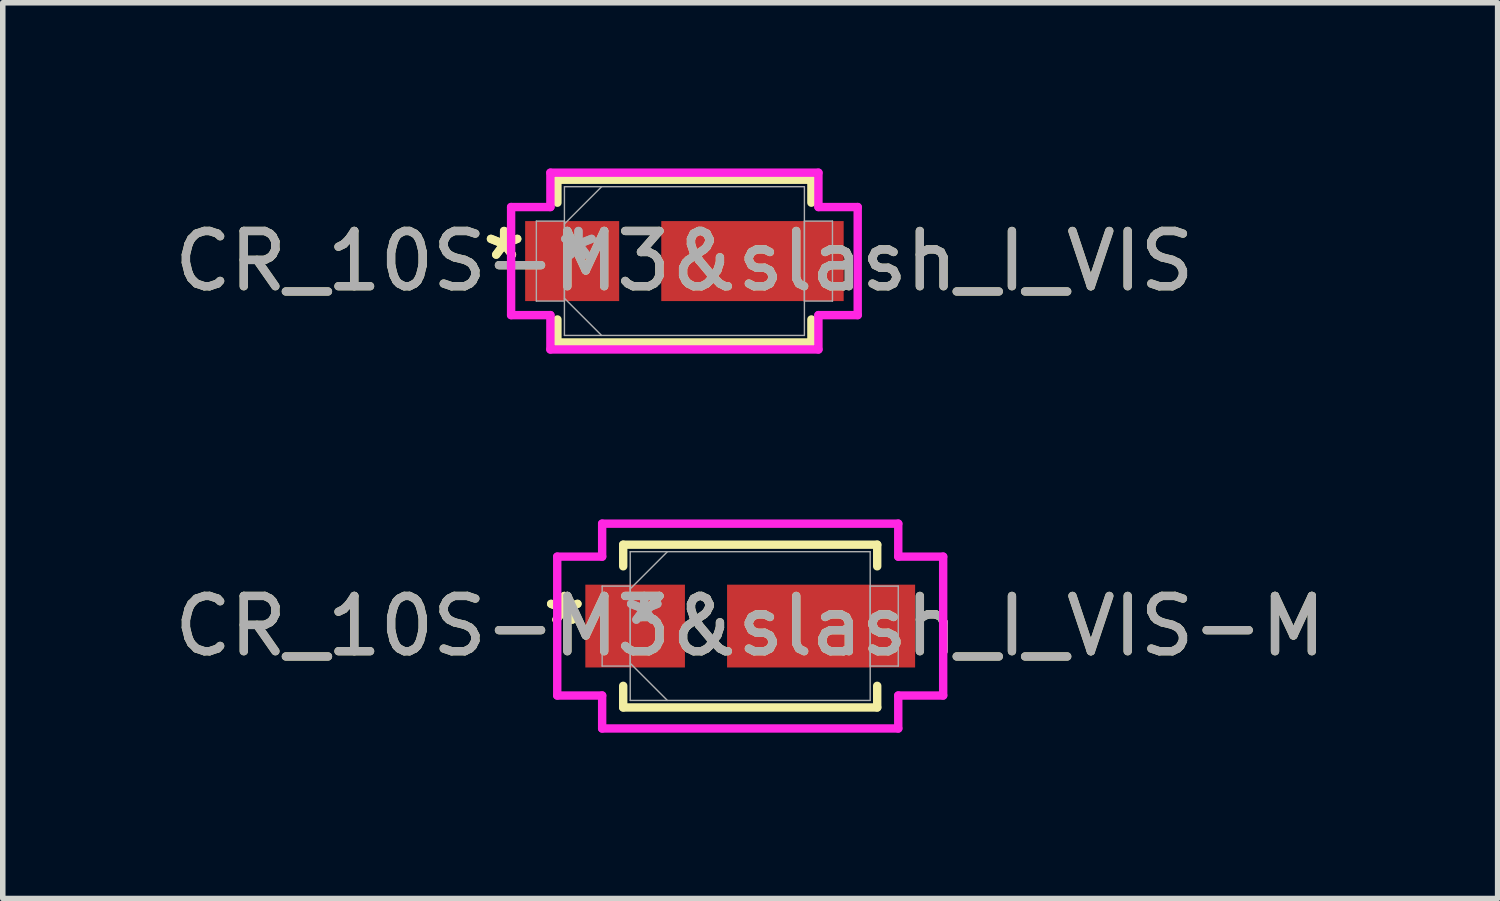
<source format=kicad_pcb>
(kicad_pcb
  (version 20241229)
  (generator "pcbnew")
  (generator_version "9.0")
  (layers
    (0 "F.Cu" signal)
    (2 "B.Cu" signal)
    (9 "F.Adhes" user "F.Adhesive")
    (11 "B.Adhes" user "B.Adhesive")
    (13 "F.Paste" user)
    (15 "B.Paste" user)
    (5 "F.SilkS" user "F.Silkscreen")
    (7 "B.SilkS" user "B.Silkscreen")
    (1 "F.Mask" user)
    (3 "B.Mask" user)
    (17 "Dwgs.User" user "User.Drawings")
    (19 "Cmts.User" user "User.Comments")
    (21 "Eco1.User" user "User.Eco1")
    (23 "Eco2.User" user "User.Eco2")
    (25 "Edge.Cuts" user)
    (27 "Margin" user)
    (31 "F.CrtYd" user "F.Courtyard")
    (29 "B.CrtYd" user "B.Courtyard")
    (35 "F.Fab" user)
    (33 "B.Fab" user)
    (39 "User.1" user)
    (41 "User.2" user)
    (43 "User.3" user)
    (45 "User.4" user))
  (footprint "CR_10S-M3&slash_I_VIS"
    (layer "F.Cu")
    (at 9.339 1.676)
    (property "Reference" "CR_10S-M3&slash_I_VIS" (at 0 0 0) (unlocked yes) (layer "F.SilkS") (effects (font (size 1 1) (thickness 0.15))))
    (attr smd)
    (fp_line (start -2.299 -1.473) (end -2.299 -1.057) (stroke (width 0.152) (type solid)) (layer "F.SilkS"))
    (fp_line (start -2.299 1.057) (end -2.299 1.473) (stroke (width 0.152) (type solid)) (layer "F.SilkS"))
    (fp_line (start -2.299 1.473) (end 2.299 1.473) (stroke (width 0.152) (type solid)) (layer "F.SilkS"))
    (fp_line (start 2.299 -1.473) (end -2.299 -1.473) (stroke (width 0.152) (type solid)) (layer "F.SilkS"))
    (fp_line (start 2.299 -1.057) (end 2.299 -1.473) (stroke (width 0.152) (type solid)) (layer "F.SilkS"))
    (fp_line (start 2.299 1.473) (end 2.299 1.057) (stroke (width 0.152) (type solid)) (layer "F.SilkS"))
    (fp_line (start -3.137 -0.978) (end -2.426 -0.978) (stroke (width 0.152) (type solid)) (layer "F.CrtYd"))
    (fp_line (start -3.137 0.978) (end -3.137 -0.978) (stroke (width 0.152) (type solid)) (layer "F.CrtYd"))
    (fp_line (start -2.426 -1.6) (end 2.426 -1.6) (stroke (width 0.152) (type solid)) (layer "F.CrtYd"))
    (fp_line (start -2.426 -0.978) (end -2.426 -1.6) (stroke (width 0.152) (type solid)) (layer "F.CrtYd"))
    (fp_line (start -2.426 0.978) (end -3.137 0.978) (stroke (width 0.152) (type solid)) (layer "F.CrtYd"))
    (fp_line (start -2.426 1.6) (end -2.426 0.978) (stroke (width 0.152) (type solid)) (layer "F.CrtYd"))
    (fp_line (start 2.426 -1.6) (end 2.426 -0.978) (stroke (width 0.152) (type solid)) (layer "F.CrtYd"))
    (fp_line (start 2.426 -0.978) (end 3.137 -0.978) (stroke (width 0.152) (type solid)) (layer "F.CrtYd"))
    (fp_line (start 2.426 0.978) (end 2.426 1.6) (stroke (width 0.152) (type solid)) (layer "F.CrtYd"))
    (fp_line (start 2.426 1.6) (end -2.426 1.6) (stroke (width 0.152) (type solid)) (layer "F.CrtYd"))
    (fp_line (start 3.137 -0.978) (end 3.137 0.978) (stroke (width 0.152) (type solid)) (layer "F.CrtYd"))
    (fp_line (start 3.137 0.978) (end 2.426 0.978) (stroke (width 0.152) (type solid)) (layer "F.CrtYd"))
    (fp_line (start -2.68 -0.724) (end -2.68 0.724) (stroke (width 0.025) (type solid)) (layer "F.Fab"))
    (fp_line (start -2.68 0.724) (end -2.172 0.724) (stroke (width 0.025) (type solid)) (layer "F.Fab"))
    (fp_line (start -2.172 -1.346) (end -2.172 1.346) (stroke (width 0.025) (type solid)) (layer "F.Fab"))
    (fp_line (start -2.172 -0.724) (end -2.68 -0.724) (stroke (width 0.025) (type solid)) (layer "F.Fab"))
    (fp_line (start -2.172 -0.673) (end -1.499 -1.346) (stroke (width 0.025) (type solid)) (layer "F.Fab"))
    (fp_line (start -2.172 0.673) (end -1.499 1.346) (stroke (width 0.025) (type solid)) (layer "F.Fab"))
    (fp_line (start -2.172 0.724) (end -2.172 -0.724) (stroke (width 0.025) (type solid)) (layer "F.Fab"))
    (fp_line (start -2.172 1.346) (end 2.172 1.346) (stroke (width 0.025) (type solid)) (layer "F.Fab"))
    (fp_line (start 2.172 -1.346) (end -2.172 -1.346) (stroke (width 0.025) (type solid)) (layer "F.Fab"))
    (fp_line (start 2.172 -0.724) (end 2.172 0.724) (stroke (width 0.025) (type solid)) (layer "F.Fab"))
    (fp_line (start 2.172 0.724) (end 2.68 0.724) (stroke (width 0.025) (type solid)) (layer "F.Fab"))
    (fp_line (start 2.172 1.346) (end 2.172 -1.346) (stroke (width 0.025) (type solid)) (layer "F.Fab"))
    (fp_line (start 2.68 -0.724) (end 2.172 -0.724) (stroke (width 0.025) (type solid)) (layer "F.Fab"))
    (fp_line (start 2.68 0.724) (end 2.68 -0.724) (stroke (width 0.025) (type solid)) (layer "F.Fab"))
    (fp_text user "*" (at -3.264 0 0) (unlocked yes) (layer "F.SilkS") (effects (font (size 1 1) (thickness 0.15))))
    (fp_text user "*" (at -3.264 0 0) (layer "F.SilkS") (effects (font (size 1 1) (thickness 0.15))))
    (fp_text user "*" (at -1.918 0 0) (layer "F.Fab") (effects (font (size 1 1) (thickness 0.15))))
    (fp_text user "*" (at -1.918 0 0) (unlocked yes) (layer "F.Fab") (effects (font (size 1 1) (thickness 0.15))))
    (fp_text user "${REFERENCE}" (at 0 0 0) (unlocked yes) (layer "F.Fab") (effects (font (size 1 1) (thickness 0.15))))
    (pad "1" smd rect (at -2.032 0) (size 1.702 1.448) (layers "F.Cu" "F.Mask" "F.Paste"))
    (pad "2" smd rect (at 1.232 0) (size 3.302 1.448) (layers "F.Cu" "F.Mask" "F.Paste"))
    (zone (net_name "") (layer "F.Cu") (hatch full 0.508) (connect_pads) (min_thickness 0.254) (filled_areas_thickness no) (keepout (tracks not_allowed) (vias not_allowed) (pads allowed) (copperpour not_allowed) (footprints allowed)) (placement (enabled no)) (fill) (polygon (pts (xy 8.209 0.381) (xy 8.869 0.381) (xy 8.869 2.972) (xy 8.209 2.972)))))
  (footprint "CR_10S-M3&slash_I_VIS-M"
    (layer "F.Cu")
    (at 10.53 8.283)
    (property "Reference" "CR_10S-M3&slash_I_VIS-M" (at 0 0 0) (unlocked yes) (layer "F.SilkS") (effects (font (size 1 1) (thickness 0.15))))
    (attr smd)
    (fp_line (start -2.299 -1.473) (end -2.299 -1.082) (stroke (width 0.152) (type solid)) (layer "F.SilkS"))
    (fp_line (start -2.299 1.082) (end -2.299 1.473) (stroke (width 0.152) (type solid)) (layer "F.SilkS"))
    (fp_line (start -2.299 1.473) (end 2.299 1.473) (stroke (width 0.152) (type solid)) (layer "F.SilkS"))
    (fp_line (start 2.299 -1.473) (end -2.299 -1.473) (stroke (width 0.152) (type solid)) (layer "F.SilkS"))
    (fp_line (start 2.299 -1.082) (end 2.299 -1.473) (stroke (width 0.152) (type solid)) (layer "F.SilkS"))
    (fp_line (start 2.299 1.473) (end 2.299 1.082) (stroke (width 0.152) (type solid)) (layer "F.SilkS"))
    (fp_line (start -3.493 -1.257) (end -2.68 -1.257) (stroke (width 0.152) (type solid)) (layer "F.CrtYd"))
    (fp_line (start -3.493 1.257) (end -3.493 -1.257) (stroke (width 0.152) (type solid)) (layer "F.CrtYd"))
    (fp_line (start -2.68 -1.854) (end 2.68 -1.854) (stroke (width 0.152) (type solid)) (layer "F.CrtYd"))
    (fp_line (start -2.68 -1.257) (end -2.68 -1.854) (stroke (width 0.152) (type solid)) (layer "F.CrtYd"))
    (fp_line (start -2.68 1.257) (end -3.493 1.257) (stroke (width 0.152) (type solid)) (layer "F.CrtYd"))
    (fp_line (start -2.68 1.854) (end -2.68 1.257) (stroke (width 0.152) (type solid)) (layer "F.CrtYd"))
    (fp_line (start 2.68 -1.854) (end 2.68 -1.257) (stroke (width 0.152) (type solid)) (layer "F.CrtYd"))
    (fp_line (start 2.68 -1.257) (end 3.493 -1.257) (stroke (width 0.152) (type solid)) (layer "F.CrtYd"))
    (fp_line (start 2.68 1.257) (end 2.68 1.854) (stroke (width 0.152) (type solid)) (layer "F.CrtYd"))
    (fp_line (start 2.68 1.854) (end -2.68 1.854) (stroke (width 0.152) (type solid)) (layer "F.CrtYd"))
    (fp_line (start 3.493 -1.257) (end 3.493 1.257) (stroke (width 0.152) (type solid)) (layer "F.CrtYd"))
    (fp_line (start 3.493 1.257) (end 2.68 1.257) (stroke (width 0.152) (type solid)) (layer "F.CrtYd"))
    (fp_line (start -2.68 -0.724) (end -2.68 0.724) (stroke (width 0.025) (type solid)) (layer "F.Fab"))
    (fp_line (start -2.68 0.724) (end -2.172 0.724) (stroke (width 0.025) (type solid)) (layer "F.Fab"))
    (fp_line (start -2.172 -1.346) (end -2.172 1.346) (stroke (width 0.025) (type solid)) (layer "F.Fab"))
    (fp_line (start -2.172 -0.724) (end -2.68 -0.724) (stroke (width 0.025) (type solid)) (layer "F.Fab"))
    (fp_line (start -2.172 -0.673) (end -1.499 -1.346) (stroke (width 0.025) (type solid)) (layer "F.Fab"))
    (fp_line (start -2.172 0.673) (end -1.499 1.346) (stroke (width 0.025) (type solid)) (layer "F.Fab"))
    (fp_line (start -2.172 0.724) (end -2.172 -0.724) (stroke (width 0.025) (type solid)) (layer "F.Fab"))
    (fp_line (start -2.172 1.346) (end 2.172 1.346) (stroke (width 0.025) (type solid)) (layer "F.Fab"))
    (fp_line (start 2.172 -1.346) (end -2.172 -1.346) (stroke (width 0.025) (type solid)) (layer "F.Fab"))
    (fp_line (start 2.172 -0.724) (end 2.172 0.724) (stroke (width 0.025) (type solid)) (layer "F.Fab"))
    (fp_line (start 2.172 0.724) (end 2.68 0.724) (stroke (width 0.025) (type solid)) (layer "F.Fab"))
    (fp_line (start 2.172 1.346) (end 2.172 -1.346) (stroke (width 0.025) (type solid)) (layer "F.Fab"))
    (fp_line (start 2.68 -0.724) (end 2.172 -0.724) (stroke (width 0.025) (type solid)) (layer "F.Fab"))
    (fp_line (start 2.68 0.724) (end 2.68 -0.724) (stroke (width 0.025) (type solid)) (layer "F.Fab"))
    (fp_text user "*" (at -3.365 0 0) (layer "F.SilkS") (effects (font (size 1 1) (thickness 0.15))))
    (fp_text user "*" (at -3.365 0 0) (unlocked yes) (layer "F.SilkS") (effects (font (size 1 1) (thickness 0.15))))
    (fp_text user "*" (at -1.918 0 0) (unlocked yes) (layer "F.Fab") (effects (font (size 1 1) (thickness 0.15))))
    (fp_text user "*" (at -1.918 0 0) (layer "F.Fab") (effects (font (size 1 1) (thickness 0.15))))
    (fp_text user "${REFERENCE}" (at 0 0 0) (unlocked yes) (layer "F.Fab") (effects (font (size 1 1) (thickness 0.15))))
    (pad "1" smd rect (at -2.083 0) (size 1.803 1.499) (layers "F.Cu" "F.Mask" "F.Paste"))
    (pad "2" smd rect (at 1.283 0) (size 3.404 1.499) (layers "F.Cu" "F.Mask" "F.Paste"))
    (zone (net_name "") (layer "F.Cu") (hatch full 0.508) (connect_pads) (min_thickness 0.254) (filled_areas_thickness no) (keepout (tracks not_allowed) (vias not_allowed) (pads allowed) (copperpour not_allowed) (footprints allowed)) (placement (enabled no)) (fill) (polygon (pts (xy 9.399 6.988) (xy 10.06 6.988) (xy 10.06 9.579) (xy 9.399 9.579)))))
  (gr_rect
    (start -3 -3)
    (end 24.06 13.214)
    (stroke (width 0.1) (type default))
    (fill no)
    (layer "Edge.Cuts")))
</source>
